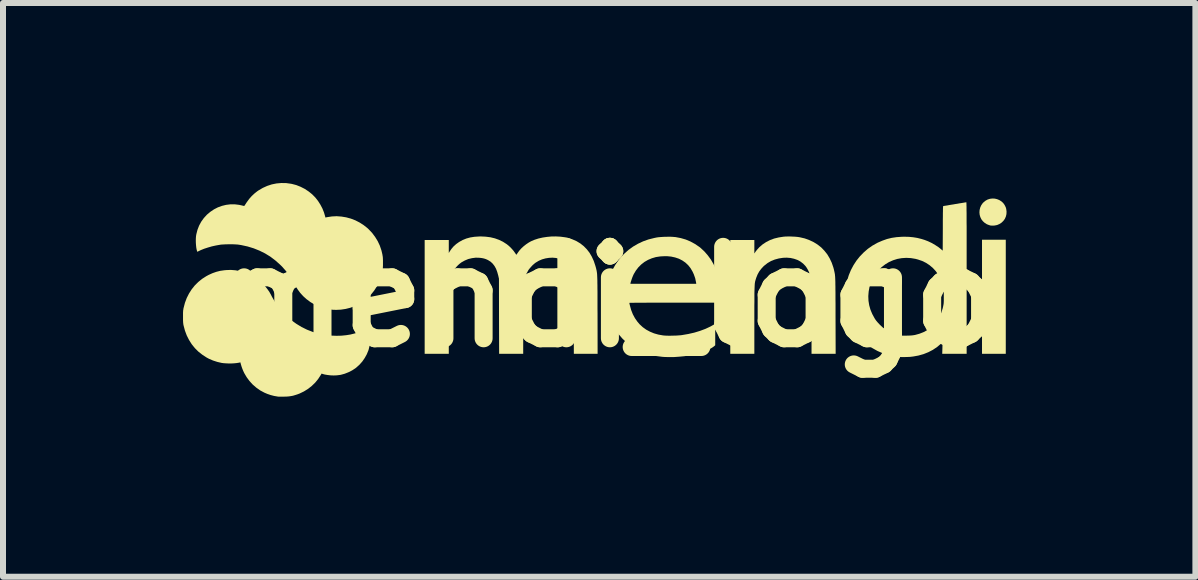
<source format=kicad_pcb>
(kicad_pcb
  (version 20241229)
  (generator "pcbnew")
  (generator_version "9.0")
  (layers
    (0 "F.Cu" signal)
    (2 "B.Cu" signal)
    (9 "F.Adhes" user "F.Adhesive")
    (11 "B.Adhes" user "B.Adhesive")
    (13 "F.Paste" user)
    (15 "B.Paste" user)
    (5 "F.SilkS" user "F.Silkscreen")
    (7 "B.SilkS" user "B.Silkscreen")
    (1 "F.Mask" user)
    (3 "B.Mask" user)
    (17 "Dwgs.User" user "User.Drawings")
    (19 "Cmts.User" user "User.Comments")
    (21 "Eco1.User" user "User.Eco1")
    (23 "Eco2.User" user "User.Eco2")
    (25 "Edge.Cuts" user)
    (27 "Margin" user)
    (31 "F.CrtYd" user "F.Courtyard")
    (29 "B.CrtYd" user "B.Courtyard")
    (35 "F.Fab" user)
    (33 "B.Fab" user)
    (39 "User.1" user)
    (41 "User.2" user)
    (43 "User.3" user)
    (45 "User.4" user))
  (footprint "mendi_logo"
    (layer "F.Cu")
    (at 7.114 1.898)
    (property "Reference" "mendi_logo" (at 0 0 0) (layer "F.SilkS") (effects (font (size 1.524 1.524) (thickness 0.3))))
    (attr board_only exclude_from_pos_files exclude_from_bom)
    (fp_poly (pts (xy 6.597 0.948) (xy 6.201 0.948) (xy 6.201 -0.953) (xy 6.597 -0.953)) (stroke (width 0) (type solid)) (fill yes) (layer "F.SilkS"))
    (fp_poly (pts (xy 6.414 -1.638) (xy 6.452 -1.629) (xy 6.489 -1.614) (xy 6.523 -1.593) (xy 6.553 -1.566) (xy 6.577 -1.533) (xy 6.596 -1.495) (xy 6.604 -1.468) (xy 6.61 -1.423) (xy 6.608 -1.379) (xy 6.598 -1.338) (xy 6.581 -1.3) (xy 6.557 -1.267) (xy 6.527 -1.238) (xy 6.492 -1.215) (xy 6.452 -1.198) (xy 6.407 -1.189) (xy 6.399 -1.189) (xy 6.378 -1.188) (xy 6.356 -1.189) (xy 6.342 -1.19) (xy 6.325 -1.195) (xy 6.305 -1.202) (xy 6.285 -1.21) (xy 6.284 -1.21) (xy 6.247 -1.233) (xy 6.216 -1.261) (xy 6.191 -1.293) (xy 6.173 -1.33) (xy 6.162 -1.368) (xy 6.158 -1.409) (xy 6.161 -1.449) (xy 6.171 -1.489) (xy 6.188 -1.527) (xy 6.213 -1.563) (xy 6.225 -1.575) (xy 6.259 -1.603) (xy 6.295 -1.623) (xy 6.334 -1.635) (xy 6.374 -1.64)) (stroke (width 0) (type solid)) (fill yes) (layer "F.SilkS"))
    (fp_poly (pts (xy 3.007 -1.007) (xy 3.051 -1.005) (xy 3.094 -1.003) (xy 3.133 -0.999) (xy 3.164 -0.994) (xy 3.246 -0.975) (xy 3.323 -0.947) (xy 3.395 -0.913) (xy 3.461 -0.872) (xy 3.521 -0.825) (xy 3.574 -0.77) (xy 3.622 -0.71) (xy 3.662 -0.643) (xy 3.696 -0.571) (xy 3.723 -0.493) (xy 3.734 -0.452) (xy 3.737 -0.437) (xy 3.74 -0.424) (xy 3.743 -0.412) (xy 3.745 -0.399) (xy 3.748 -0.386) (xy 3.75 -0.373) (xy 3.751 -0.358) (xy 3.753 -0.341) (xy 3.754 -0.322) (xy 3.755 -0.3) (xy 3.756 -0.274) (xy 3.757 -0.245) (xy 3.757 -0.211) (xy 3.758 -0.172) (xy 3.758 -0.128) (xy 3.759 -0.078) (xy 3.759 -0.022) (xy 3.759 0.041) (xy 3.76 0.112) (xy 3.76 0.19) (xy 3.76 0.277) (xy 3.76 0.318) (xy 3.762 0.948) (xy 3.36 0.948) (xy 3.36 0.354) (xy 3.36 0.266) (xy 3.36 0.186) (xy 3.36 0.114) (xy 3.36 0.05) (xy 3.36 -0.007) (xy 3.36 -0.057) (xy 3.359 -0.102) (xy 3.359 -0.141) (xy 3.358 -0.174) (xy 3.358 -0.204) (xy 3.357 -0.229) (xy 3.356 -0.25) (xy 3.354 -0.269) (xy 3.353 -0.284) (xy 3.351 -0.298) (xy 3.349 -0.311) (xy 3.347 -0.322) (xy 3.345 -0.333) (xy 3.342 -0.343) (xy 3.339 -0.354) (xy 3.337 -0.36) (xy 3.326 -0.393) (xy 3.311 -0.428) (xy 3.293 -0.463) (xy 3.274 -0.494) (xy 3.258 -0.516) (xy 3.219 -0.556) (xy 3.174 -0.59) (xy 3.123 -0.617) (xy 3.068 -0.636) (xy 3.009 -0.649) (xy 2.947 -0.654) (xy 2.887 -0.652) (xy 2.815 -0.641) (xy 2.748 -0.623) (xy 2.685 -0.598) (xy 2.627 -0.564) (xy 2.575 -0.523) (xy 2.564 -0.514) (xy 2.523 -0.47) (xy 2.489 -0.425) (xy 2.461 -0.375) (xy 2.438 -0.318) (xy 2.433 -0.301) (xy 2.429 -0.289) (xy 2.426 -0.279) (xy 2.423 -0.268) (xy 2.42 -0.257) (xy 2.418 -0.246) (xy 2.416 -0.233) (xy 2.414 -0.218) (xy 2.413 -0.2) (xy 2.412 -0.18) (xy 2.411 -0.157) (xy 2.41 -0.129) (xy 2.409 -0.098) (xy 2.408 -0.061) (xy 2.408 -0.019) (xy 2.408 0.03) (xy 2.408 0.084) (xy 2.407 0.146) (xy 2.407 0.215) (xy 2.407 0.293) (xy 2.407 0.379) (xy 2.407 0.386) (xy 2.407 0.948) (xy 2.006 0.948) (xy 2.006 -0.948) (xy 2.407 -0.948) (xy 2.407 -0.724) (xy 2.43 -0.758) (xy 2.443 -0.775) (xy 2.46 -0.795) (xy 2.479 -0.816) (xy 2.493 -0.831) (xy 2.547 -0.877) (xy 2.605 -0.915) (xy 2.668 -0.947) (xy 2.738 -0.973) (xy 2.813 -0.991) (xy 2.89 -1.003) (xy 2.924 -1.006) (xy 2.964 -1.007)) (stroke (width 0) (type solid)) (fill yes) (layer "F.SilkS"))
    (fp_poly (pts (xy -5.396 -1.897) (xy -5.316 -1.886) (xy -5.3 -1.883) (xy -5.227 -1.864) (xy -5.156 -1.836) (xy -5.087 -1.801) (xy -5.023 -1.759) (xy -4.963 -1.711) (xy -4.911 -1.658) (xy -4.907 -1.654) (xy -4.864 -1.599) (xy -4.825 -1.538) (xy -4.791 -1.473) (xy -4.765 -1.408) (xy -4.747 -1.347) (xy -4.741 -1.323) (xy -4.713 -1.329) (xy -4.634 -1.341) (xy -4.554 -1.345) (xy -4.474 -1.339) (xy -4.395 -1.326) (xy -4.317 -1.305) (xy -4.242 -1.276) (xy -4.17 -1.239) (xy -4.102 -1.195) (xy -4.039 -1.145) (xy -4.022 -1.129) (xy -3.963 -1.067) (xy -3.913 -1) (xy -3.87 -0.93) (xy -3.835 -0.856) (xy -3.808 -0.777) (xy -3.792 -0.71) (xy -3.789 -0.691) (xy -3.786 -0.674) (xy -3.784 -0.656) (xy -3.783 -0.635) (xy -3.782 -0.61) (xy -3.782 -0.58) (xy -3.782 -0.561) (xy -3.782 -0.526) (xy -3.783 -0.498) (xy -3.784 -0.476) (xy -3.786 -0.457) (xy -3.788 -0.44) (xy -3.791 -0.423) (xy -3.793 -0.415) (xy -3.815 -0.331) (xy -3.845 -0.251) (xy -3.883 -0.176) (xy -3.928 -0.106) (xy -3.979 -0.042) (xy -4.037 0.016) (xy -4.1 0.068) (xy -4.17 0.113) (xy -4.246 0.151) (xy -4.255 0.155) (xy -4.327 0.181) (xy -4.403 0.2) (xy -4.482 0.212) (xy -4.561 0.216) (xy -4.621 0.214) (xy -4.7 0.204) (xy -4.778 0.185) (xy -4.854 0.158) (xy -4.927 0.124) (xy -4.994 0.084) (xy -4.996 0.082) (xy -5.058 0.036) (xy -5.112 -0.013) (xy -5.161 -0.067) (xy -5.205 -0.127) (xy -5.246 -0.194) (xy -5.258 -0.216) (xy -5.303 -0.297) (xy -5.352 -0.371) (xy -5.406 -0.44) (xy -5.465 -0.507) (xy -5.499 -0.54) (xy -5.577 -0.609) (xy -5.659 -0.671) (xy -5.747 -0.725) (xy -5.84 -0.771) (xy -5.937 -0.81) (xy -6.039 -0.841) (xy -6.145 -0.864) (xy -6.176 -0.869) (xy -6.204 -0.873) (xy -6.239 -0.875) (xy -6.279 -0.877) (xy -6.321 -0.877) (xy -6.365 -0.877) (xy -6.407 -0.876) (xy -6.445 -0.874) (xy -6.478 -0.872) (xy -6.498 -0.869) (xy -6.566 -0.857) (xy -6.634 -0.842) (xy -6.699 -0.823) (xy -6.761 -0.803) (xy -6.818 -0.78) (xy -6.853 -0.763) (xy -6.876 -0.752) (xy -6.88 -0.763) (xy -6.887 -0.789) (xy -6.893 -0.821) (xy -6.897 -0.858) (xy -6.9 -0.898) (xy -6.901 -0.939) (xy -6.9 -0.979) (xy -6.897 -1.016) (xy -6.892 -1.045) (xy -6.873 -1.119) (xy -6.846 -1.188) (xy -6.811 -1.253) (xy -6.768 -1.313) (xy -6.717 -1.369) (xy -6.716 -1.37) (xy -6.659 -1.418) (xy -6.598 -1.459) (xy -6.534 -1.492) (xy -6.466 -1.517) (xy -6.396 -1.534) (xy -6.324 -1.543) (xy -6.251 -1.543) (xy -6.178 -1.534) (xy -6.137 -1.525) (xy -6.117 -1.52) (xy -6.104 -1.517) (xy -6.096 -1.516) (xy -6.092 -1.518) (xy -6.089 -1.521) (xy -6.049 -1.582) (xy -6.009 -1.636) (xy -5.968 -1.682) (xy -5.923 -1.724) (xy -5.875 -1.762) (xy -5.854 -1.776) (xy -5.784 -1.817) (xy -5.711 -1.85) (xy -5.635 -1.875) (xy -5.556 -1.891) (xy -5.477 -1.898)) (stroke (width 0) (type solid)) (fill yes) (layer "F.SilkS"))
    (fp_poly (pts (xy -6.242 -0.444) (xy -6.164 -0.43) (xy -6.088 -0.409) (xy -6.084 -0.408) (xy -6.053 -0.396) (xy -6.016 -0.38) (xy -5.978 -0.361) (xy -5.941 -0.341) (xy -5.908 -0.321) (xy -5.886 -0.307) (xy -5.837 -0.268) (xy -5.788 -0.222) (xy -5.742 -0.173) (xy -5.702 -0.122) (xy -5.673 -0.08) (xy -5.666 -0.067) (xy -5.656 -0.049) (xy -5.644 -0.027) (xy -5.632 -0.003) (xy -5.629 0.002) (xy -5.579 0.09) (xy -5.521 0.173) (xy -5.456 0.251) (xy -5.385 0.323) (xy -5.308 0.389) (xy -5.226 0.448) (xy -5.139 0.501) (xy -5.048 0.546) (xy -4.953 0.583) (xy -4.855 0.612) (xy -4.802 0.624) (xy -4.723 0.637) (xy -4.641 0.645) (xy -4.557 0.648) (xy -4.475 0.646) (xy -4.395 0.638) (xy -4.326 0.627) (xy -4.277 0.615) (xy -4.227 0.602) (xy -4.177 0.586) (xy -4.129 0.57) (xy -4.086 0.553) (xy -4.052 0.537) (xy -4.038 0.531) (xy -4.027 0.526) (xy -4.022 0.524) (xy -4.019 0.528) (xy -4.015 0.539) (xy -4.011 0.553) (xy -3.999 0.616) (xy -3.995 0.683) (xy -3.997 0.751) (xy -4.006 0.819) (xy -4.022 0.883) (xy -4.026 0.894) (xy -4.052 0.957) (xy -4.086 1.018) (xy -4.126 1.076) (xy -4.173 1.129) (xy -4.225 1.176) (xy -4.24 1.188) (xy -4.295 1.224) (xy -4.356 1.255) (xy -4.419 1.28) (xy -4.484 1.298) (xy -4.504 1.301) (xy -4.552 1.307) (xy -4.603 1.309) (xy -4.656 1.307) (xy -4.707 1.301) (xy -4.754 1.293) (xy -4.779 1.286) (xy -4.805 1.278) (xy -4.819 1.302) (xy -4.862 1.368) (xy -4.912 1.429) (xy -4.969 1.484) (xy -5.031 1.533) (xy -5.099 1.575) (xy -5.171 1.61) (xy -5.211 1.625) (xy -5.249 1.637) (xy -5.283 1.647) (xy -5.316 1.653) (xy -5.351 1.658) (xy -5.389 1.661) (xy -5.432 1.662) (xy -5.461 1.662) (xy -5.486 1.662) (xy -5.508 1.662) (xy -5.524 1.662) (xy -5.533 1.661) (xy -5.597 1.65) (xy -5.655 1.635) (xy -5.71 1.616) (xy -5.757 1.596) (xy -5.828 1.558) (xy -5.893 1.512) (xy -5.953 1.46) (xy -6.007 1.401) (xy -6.054 1.337) (xy -6.094 1.269) (xy -6.1 1.256) (xy -6.11 1.235) (xy -6.12 1.211) (xy -6.13 1.185) (xy -6.139 1.159) (xy -6.146 1.135) (xy -6.152 1.116) (xy -6.155 1.102) (xy -6.155 1.099) (xy -6.157 1.092) (xy -6.163 1.092) (xy -6.192 1.098) (xy -6.227 1.103) (xy -6.268 1.107) (xy -6.311 1.109) (xy -6.356 1.109) (xy -6.399 1.107) (xy -6.44 1.104) (xy -6.47 1.1) (xy -6.543 1.083) (xy -6.614 1.06) (xy -6.682 1.031) (xy -6.721 1.01) (xy -6.793 0.963) (xy -6.859 0.911) (xy -6.918 0.852) (xy -6.97 0.787) (xy -7.014 0.717) (xy -7.052 0.642) (xy -7.082 0.562) (xy -7.104 0.479) (xy -7.108 0.461) (xy -7.11 0.445) (xy -7.112 0.428) (xy -7.113 0.408) (xy -7.114 0.384) (xy -7.114 0.354) (xy -7.114 0.331) (xy -7.114 0.296) (xy -7.114 0.268) (xy -7.113 0.246) (xy -7.112 0.227) (xy -7.109 0.211) (xy -7.107 0.194) (xy -7.104 0.182) (xy -7.082 0.098) (xy -7.052 0.018) (xy -7.014 -0.057) (xy -6.97 -0.126) (xy -6.919 -0.19) (xy -6.861 -0.248) (xy -6.797 -0.3) (xy -6.727 -0.345) (xy -6.686 -0.367) (xy -6.622 -0.396) (xy -6.559 -0.418) (xy -6.496 -0.434) (xy -6.428 -0.444) (xy -6.396 -0.447) (xy -6.32 -0.45)) (stroke (width 0) (type solid)) (fill yes) (layer "F.SilkS"))
    (fp_poly (pts (xy 1.03 -1.002) (xy 1.068 -0.999) (xy 1.094 -0.997) (xy 1.182 -0.98) (xy 1.265 -0.956) (xy 1.343 -0.923) (xy 1.418 -0.882) (xy 1.489 -0.834) (xy 1.514 -0.814) (xy 1.575 -0.757) (xy 1.63 -0.694) (xy 1.681 -0.625) (xy 1.725 -0.55) (xy 1.762 -0.471) (xy 1.792 -0.388) (xy 1.806 -0.34) (xy 1.813 -0.311) (xy 1.819 -0.284) (xy 1.824 -0.259) (xy 1.828 -0.232) (xy 1.83 -0.204) (xy 1.833 -0.172) (xy 1.834 -0.136) (xy 1.835 -0.092) (xy 1.836 -0.054) (xy 1.838 0.096) (xy 1.081 0.096) (xy 0.999 0.096) (xy 0.919 0.096) (xy 0.842 0.096) (xy 0.769 0.096) (xy 0.699 0.096) (xy 0.634 0.096) (xy 0.574 0.097) (xy 0.519 0.097) (xy 0.47 0.097) (xy 0.427 0.097) (xy 0.391 0.098) (xy 0.362 0.098) (xy 0.341 0.098) (xy 0.328 0.099) (xy 0.324 0.099) (xy 0.325 0.105) (xy 0.327 0.117) (xy 0.331 0.134) (xy 0.333 0.142) (xy 0.354 0.218) (xy 0.382 0.289) (xy 0.417 0.354) (xy 0.459 0.414) (xy 0.494 0.455) (xy 0.547 0.504) (xy 0.604 0.545) (xy 0.667 0.579) (xy 0.734 0.607) (xy 0.808 0.628) (xy 0.888 0.642) (xy 0.901 0.643) (xy 0.924 0.645) (xy 0.955 0.646) (xy 0.991 0.647) (xy 1.03 0.646) (xy 1.071 0.645) (xy 1.111 0.644) (xy 1.148 0.641) (xy 1.18 0.639) (xy 1.201 0.636) (xy 1.306 0.618) (xy 1.407 0.595) (xy 1.502 0.566) (xy 1.593 0.532) (xy 1.676 0.493) (xy 1.706 0.476) (xy 1.724 0.466) (xy 1.739 0.458) (xy 1.75 0.453) (xy 1.753 0.451) (xy 1.754 0.456) (xy 1.754 0.468) (xy 1.755 0.488) (xy 1.755 0.514) (xy 1.755 0.545) (xy 1.755 0.58) (xy 1.755 0.619) (xy 1.755 0.628) (xy 1.755 0.805) (xy 1.745 0.815) (xy 1.722 0.833) (xy 1.691 0.853) (xy 1.654 0.872) (xy 1.612 0.892) (xy 1.567 0.911) (xy 1.52 0.928) (xy 1.472 0.943) (xy 1.471 0.943) (xy 1.4 0.961) (xy 1.323 0.976) (xy 1.241 0.988) (xy 1.157 0.996) (xy 1.072 1.002) (xy 0.99 1.003) (xy 0.911 1.001) (xy 0.871 0.998) (xy 0.771 0.985) (xy 0.675 0.964) (xy 0.583 0.936) (xy 0.497 0.901) (xy 0.416 0.858) (xy 0.34 0.809) (xy 0.27 0.754) (xy 0.206 0.692) (xy 0.148 0.625) (xy 0.097 0.552) (xy 0.053 0.473) (xy 0.015 0.389) (xy -0.015 0.301) (xy -0.037 0.207) (xy -0.05 0.119) (xy -0.053 0.089) (xy -0.054 0.052) (xy -0.054 0.011) (xy -0.054 -0.032) (xy -0.052 -0.075) (xy -0.05 -0.115) (xy -0.046 -0.152) (xy -0.042 -0.182) (xy -0.041 -0.187) (xy -0.034 -0.219) (xy 0.341 -0.219) (xy 1.439 -0.219) (xy 1.435 -0.245) (xy 1.421 -0.312) (xy 1.398 -0.377) (xy 1.376 -0.424) (xy 1.343 -0.48) (xy 1.304 -0.529) (xy 1.258 -0.572) (xy 1.207 -0.607) (xy 1.151 -0.636) (xy 1.089 -0.657) (xy 1.021 -0.672) (xy 0.949 -0.679) (xy 0.917 -0.679) (xy 0.84 -0.675) (xy 0.767 -0.664) (xy 0.699 -0.644) (xy 0.635 -0.617) (xy 0.576 -0.583) (xy 0.522 -0.541) (xy 0.474 -0.493) (xy 0.432 -0.438) (xy 0.395 -0.376) (xy 0.395 -0.375) (xy 0.386 -0.355) (xy 0.375 -0.329) (xy 0.365 -0.301) (xy 0.356 -0.274) (xy 0.348 -0.25) (xy 0.344 -0.234) (xy 0.341 -0.219) (xy -0.034 -0.219) (xy -0.02 -0.282) (xy 0.01 -0.372) (xy 0.046 -0.457) (xy 0.091 -0.536) (xy 0.143 -0.612) (xy 0.203 -0.683) (xy 0.24 -0.721) (xy 0.311 -0.784) (xy 0.387 -0.839) (xy 0.468 -0.886) (xy 0.553 -0.926) (xy 0.643 -0.958) (xy 0.739 -0.982) (xy 0.777 -0.99) (xy 0.811 -0.995) (xy 0.851 -0.998) (xy 0.895 -1.001) (xy 0.941 -1.002) (xy 0.987 -1.003)) (stroke (width 0) (type solid)) (fill yes) (layer "F.SilkS"))
    (fp_poly (pts (xy -0.826 -1.004) (xy -0.756 -0.995) (xy -0.697 -0.983) (xy -0.624 -0.959) (xy -0.556 -0.929) (xy -0.493 -0.891) (xy -0.436 -0.846) (xy -0.385 -0.794) (xy -0.34 -0.736) (xy -0.302 -0.671) (xy -0.269 -0.599) (xy -0.243 -0.521) (xy -0.235 -0.493) (xy -0.231 -0.479) (xy -0.228 -0.465) (xy -0.225 -0.453) (xy -0.222 -0.441) (xy -0.22 -0.429) (xy -0.218 -0.416) (xy -0.216 -0.402) (xy -0.214 -0.387) (xy -0.213 -0.369) (xy -0.212 -0.349) (xy -0.211 -0.325) (xy -0.21 -0.298) (xy -0.209 -0.267) (xy -0.209 -0.231) (xy -0.208 -0.19) (xy -0.208 -0.144) (xy -0.207 -0.091) (xy -0.207 -0.032) (xy -0.207 0.034) (xy -0.207 0.108) (xy -0.207 0.19) (xy -0.206 0.28) (xy -0.206 0.297) (xy -0.205 0.948) (xy -0.601 0.948) (xy -0.603 0.329) (xy -0.603 0.24) (xy -0.604 0.16) (xy -0.604 0.087) (xy -0.604 0.023) (xy -0.605 -0.035) (xy -0.605 -0.085) (xy -0.605 -0.129) (xy -0.606 -0.168) (xy -0.606 -0.201) (xy -0.607 -0.229) (xy -0.607 -0.252) (xy -0.608 -0.272) (xy -0.608 -0.288) (xy -0.609 -0.3) (xy -0.61 -0.311) (xy -0.611 -0.319) (xy -0.612 -0.325) (xy -0.612 -0.326) (xy -0.627 -0.391) (xy -0.646 -0.447) (xy -0.668 -0.495) (xy -0.695 -0.537) (xy -0.727 -0.571) (xy -0.763 -0.6) (xy -0.796 -0.618) (xy -0.846 -0.637) (xy -0.9 -0.649) (xy -0.957 -0.654) (xy -1.015 -0.651) (xy -1.073 -0.642) (xy -1.13 -0.626) (xy -1.184 -0.603) (xy -1.234 -0.573) (xy -1.242 -0.568) (xy -1.264 -0.55) (xy -1.289 -0.528) (xy -1.313 -0.502) (xy -1.336 -0.476) (xy -1.354 -0.453) (xy -1.356 -0.45) (xy -1.384 -0.4) (xy -1.409 -0.343) (xy -1.427 -0.283) (xy -1.44 -0.222) (xy -1.44 -0.217) (xy -1.441 -0.206) (xy -1.442 -0.187) (xy -1.443 -0.159) (xy -1.443 -0.122) (xy -1.444 -0.077) (xy -1.444 -0.022) (xy -1.445 0.041) (xy -1.445 0.113) (xy -1.445 0.194) (xy -1.445 0.284) (xy -1.445 0.383) (xy -1.445 0.948) (xy -1.846 0.948) (xy -1.848 0.323) (xy -1.849 -0.303) (xy -1.861 -0.356) (xy -1.878 -0.417) (xy -1.898 -0.47) (xy -1.923 -0.515) (xy -1.953 -0.554) (xy -1.987 -0.586) (xy -2.027 -0.611) (xy -2.036 -0.616) (xy -2.067 -0.63) (xy -2.098 -0.64) (xy -2.131 -0.647) (xy -2.17 -0.652) (xy -2.171 -0.652) (xy -2.235 -0.654) (xy -2.298 -0.646) (xy -2.361 -0.631) (xy -2.42 -0.606) (xy -2.477 -0.574) (xy -2.478 -0.573) (xy -2.504 -0.553) (xy -2.532 -0.528) (xy -2.559 -0.499) (xy -2.584 -0.47) (xy -2.604 -0.442) (xy -2.607 -0.438) (xy -2.632 -0.392) (xy -2.653 -0.341) (xy -2.67 -0.289) (xy -2.676 -0.261) (xy -2.677 -0.255) (xy -2.679 -0.248) (xy -2.68 -0.24) (xy -2.681 -0.232) (xy -2.682 -0.222) (xy -2.682 -0.21) (xy -2.683 -0.196) (xy -2.683 -0.179) (xy -2.684 -0.158) (xy -2.684 -0.133) (xy -2.685 -0.104) (xy -2.685 -0.07) (xy -2.685 -0.03) (xy -2.685 0.016) (xy -2.685 0.068) (xy -2.685 0.127) (xy -2.685 0.194) (xy -2.685 0.269) (xy -2.685 0.353) (xy -2.685 0.367) (xy -2.685 0.948) (xy -3.087 0.948) (xy -3.087 -0.948) (xy -2.685 -0.948) (xy -2.685 -0.732) (xy -2.669 -0.759) (xy -2.64 -0.801) (xy -2.606 -0.841) (xy -2.568 -0.875) (xy -2.567 -0.877) (xy -2.512 -0.916) (xy -2.454 -0.948) (xy -2.393 -0.973) (xy -2.327 -0.991) (xy -2.257 -1.002) (xy -2.18 -1.007) (xy -2.156 -1.008) (xy -2.071 -1.004) (xy -1.992 -0.994) (xy -1.917 -0.976) (xy -1.848 -0.951) (xy -1.782 -0.919) (xy -1.72 -0.879) (xy -1.711 -0.872) (xy -1.685 -0.851) (xy -1.657 -0.825) (xy -1.63 -0.796) (xy -1.605 -0.767) (xy -1.586 -0.74) (xy -1.582 -0.735) (xy -1.572 -0.72) (xy -1.565 -0.709) (xy -1.56 -0.703) (xy -1.559 -0.703) (xy -1.556 -0.706) (xy -1.549 -0.716) (xy -1.54 -0.729) (xy -1.536 -0.735) (xy -1.51 -0.771) (xy -1.477 -0.808) (xy -1.438 -0.844) (xy -1.396 -0.877) (xy -1.351 -0.907) (xy -1.315 -0.927) (xy -1.257 -0.952) (xy -1.192 -0.973) (xy -1.122 -0.989) (xy -1.049 -1) (xy -0.975 -1.007) (xy -0.9 -1.008)) (stroke (width 0) (type solid)) (fill yes) (layer "F.SilkS"))
    (fp_poly (pts (xy 5.94 -1.576) (xy 5.941 -1.57) (xy 5.941 -1.56) (xy 5.942 -1.545) (xy 5.942 -1.526) (xy 5.943 -1.502) (xy 5.943 -1.473) (xy 5.943 -1.438) (xy 5.944 -1.398) (xy 5.944 -1.352) (xy 5.944 -1.299) (xy 5.944 -1.24) (xy 5.945 -1.174) (xy 5.945 -1.101) (xy 5.945 -1.022) (xy 5.945 -0.934) (xy 5.945 -0.839) (xy 5.945 -0.736) (xy 5.945 -0.624) (xy 5.945 -0.504) (xy 5.945 -0.376) (xy 5.945 -0.315) (xy 5.945 0.948) (xy 5.538 0.948) (xy 5.541 0.853) (xy 5.543 0.757) (xy 5.516 0.781) (xy 5.452 0.835) (xy 5.382 0.882) (xy 5.307 0.921) (xy 5.227 0.953) (xy 5.142 0.977) (xy 5.054 0.993) (xy 5.013 0.998) (xy 4.988 1) (xy 4.956 1.001) (xy 4.922 1.002) (xy 4.887 1.002) (xy 4.855 1.002) (xy 4.829 1) (xy 4.821 1) (xy 4.728 0.988) (xy 4.636 0.967) (xy 4.548 0.939) (xy 4.464 0.903) (xy 4.452 0.897) (xy 4.372 0.852) (xy 4.298 0.8) (xy 4.23 0.742) (xy 4.168 0.678) (xy 4.112 0.609) (xy 4.063 0.535) (xy 4.021 0.457) (xy 3.986 0.375) (xy 3.957 0.289) (xy 3.937 0.201) (xy 3.924 0.11) (xy 3.918 0.018) (xy 3.919 -0.013) (xy 4.306 -0.013) (xy 4.309 0.064) (xy 4.321 0.139) (xy 4.342 0.213) (xy 4.372 0.285) (xy 4.41 0.355) (xy 4.422 0.374) (xy 4.44 0.399) (xy 4.464 0.427) (xy 4.491 0.456) (xy 4.52 0.484) (xy 4.548 0.51) (xy 4.574 0.531) (xy 4.583 0.537) (xy 4.632 0.567) (xy 4.685 0.593) (xy 4.739 0.615) (xy 4.793 0.631) (xy 4.828 0.638) (xy 4.846 0.641) (xy 4.86 0.644) (xy 4.869 0.645) (xy 4.869 0.645) (xy 4.876 0.646) (xy 4.89 0.646) (xy 4.91 0.646) (xy 4.934 0.646) (xy 4.958 0.645) (xy 4.996 0.644) (xy 5.028 0.642) (xy 5.054 0.639) (xy 5.078 0.635) (xy 5.085 0.634) (xy 5.157 0.614) (xy 5.224 0.588) (xy 5.286 0.555) (xy 5.342 0.514) (xy 5.377 0.483) (xy 5.424 0.433) (xy 5.464 0.379) (xy 5.498 0.321) (xy 5.525 0.257) (xy 5.547 0.186) (xy 5.554 0.154) (xy 5.557 0.138) (xy 5.56 0.122) (xy 5.562 0.106) (xy 5.563 0.088) (xy 5.564 0.066) (xy 5.564 0.038) (xy 5.564 0.003) (xy 5.564 -0.002) (xy 5.564 -0.046) (xy 5.563 -0.083) (xy 5.561 -0.115) (xy 5.557 -0.143) (xy 5.552 -0.17) (xy 5.545 -0.198) (xy 5.536 -0.228) (xy 5.533 -0.24) (xy 5.505 -0.308) (xy 5.471 -0.372) (xy 5.43 -0.43) (xy 5.382 -0.482) (xy 5.328 -0.528) (xy 5.269 -0.567) (xy 5.204 -0.599) (xy 5.134 -0.623) (xy 5.093 -0.634) (xy 5.015 -0.647) (xy 4.938 -0.651) (xy 4.863 -0.646) (xy 4.79 -0.633) (xy 4.72 -0.611) (xy 4.653 -0.582) (xy 4.59 -0.544) (xy 4.53 -0.498) (xy 4.497 -0.467) (xy 4.447 -0.412) (xy 4.405 -0.354) (xy 4.371 -0.292) (xy 4.344 -0.225) (xy 4.326 -0.166) (xy 4.312 -0.089) (xy 4.306 -0.013) (xy 3.919 -0.013) (xy 3.921 -0.076) (xy 3.932 -0.17) (xy 3.952 -0.265) (xy 3.953 -0.272) (xy 3.981 -0.362) (xy 4.016 -0.447) (xy 4.059 -0.528) (xy 4.109 -0.605) (xy 4.166 -0.676) (xy 4.229 -0.741) (xy 4.298 -0.801) (xy 4.372 -0.853) (xy 4.451 -0.898) (xy 4.465 -0.905) (xy 4.542 -0.938) (xy 4.618 -0.965) (xy 4.696 -0.984) (xy 4.777 -0.996) (xy 4.862 -1.002) (xy 4.908 -1.003) (xy 4.985 -1.001) (xy 5.056 -0.994) (xy 5.123 -0.983) (xy 5.191 -0.966) (xy 5.243 -0.95) (xy 5.303 -0.927) (xy 5.364 -0.898) (xy 5.422 -0.864) (xy 5.477 -0.828) (xy 5.517 -0.796) (xy 5.546 -0.771) (xy 5.548 -1.142) (xy 5.548 -1.217) (xy 5.548 -1.283) (xy 5.549 -1.341) (xy 5.549 -1.39) (xy 5.55 -1.43) (xy 5.55 -1.462) (xy 5.551 -1.487) (xy 5.552 -1.503) (xy 5.553 -1.512) (xy 5.554 -1.514) (xy 5.559 -1.514) (xy 5.572 -1.517) (xy 5.593 -1.52) (xy 5.619 -1.524) (xy 5.651 -1.53) (xy 5.687 -1.536) (xy 5.726 -1.542) (xy 5.746 -1.546) (xy 5.787 -1.552) (xy 5.824 -1.559) (xy 5.858 -1.564) (xy 5.888 -1.569) (xy 5.911 -1.573) (xy 5.929 -1.576) (xy 5.938 -1.577) (xy 5.94 -1.578)) (stroke (width 0) (type solid)) (fill yes) (layer "F.SilkS")))
  (gr_rect
    (start -3 -3)
    (end 16.871 6.561)
    (stroke (width 0.1) (type default))
    (fill no)
    (layer "Edge.Cuts")))
</source>
